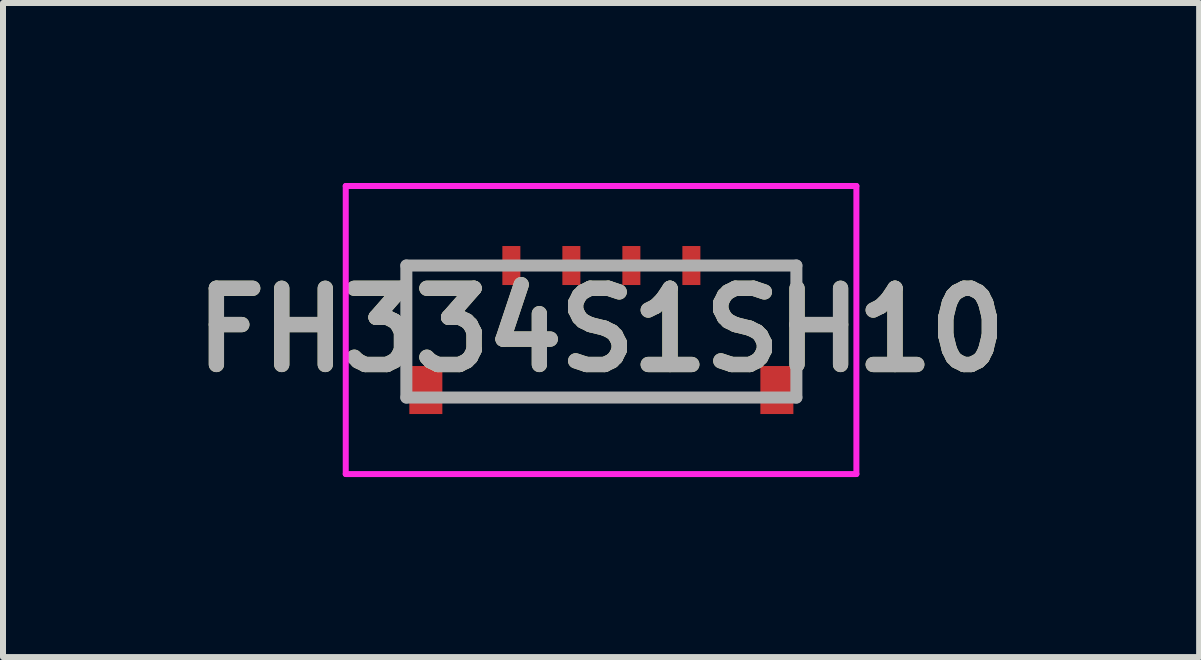
<source format=kicad_pcb>
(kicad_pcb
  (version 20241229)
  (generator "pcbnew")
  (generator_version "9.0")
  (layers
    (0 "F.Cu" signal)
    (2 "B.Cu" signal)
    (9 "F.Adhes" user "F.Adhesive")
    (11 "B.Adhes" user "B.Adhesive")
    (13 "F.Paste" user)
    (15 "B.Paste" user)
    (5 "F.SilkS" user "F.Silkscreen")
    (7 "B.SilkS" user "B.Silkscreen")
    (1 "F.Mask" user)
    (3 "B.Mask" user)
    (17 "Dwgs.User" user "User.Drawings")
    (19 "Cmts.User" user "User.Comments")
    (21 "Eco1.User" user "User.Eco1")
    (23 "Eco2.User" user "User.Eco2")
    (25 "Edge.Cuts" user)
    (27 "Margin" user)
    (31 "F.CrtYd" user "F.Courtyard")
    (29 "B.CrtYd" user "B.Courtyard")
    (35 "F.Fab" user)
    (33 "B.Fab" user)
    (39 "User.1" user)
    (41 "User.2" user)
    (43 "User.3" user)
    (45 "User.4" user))
  (footprint "FH334S1SH10"
    (layer "F.Cu")
    (at 6.967 2.485)
    (property "Reference" "FH334S1SH10" (at 0 -0.035 0) (layer "F.SilkS") (effects (font (size 1.27 1.27) (thickness 0.254))))
    (attr smd)
    (fp_line (start -3.255 -1.11) (end -3.255 0.27) (stroke (width 0.1) (type solid)) (layer "F.SilkS"))
    (fp_line (start -2.475 1.11) (end 2.445 1.09) (stroke (width 0.1) (type solid)) (layer "F.SilkS"))
    (fp_line (start -1.815 -1.11) (end -3.255 -1.11) (stroke (width 0.1) (type solid)) (layer "F.SilkS"))
    (fp_line (start 3.255 -1.11) (end 1.845 -1.11) (stroke (width 0.1) (type solid)) (layer "F.SilkS"))
    (fp_line (start 3.255 0.33) (end 3.255 -1.11) (stroke (width 0.1) (type solid)) (layer "F.SilkS"))
    (fp_line (start -4.255 -2.435) (end 4.255 -2.435) (stroke (width 0.1) (type solid)) (layer "F.CrtYd"))
    (fp_line (start -4.255 2.365) (end -4.255 -2.435) (stroke (width 0.1) (type solid)) (layer "F.CrtYd"))
    (fp_line (start 4.255 -2.435) (end 4.255 2.365) (stroke (width 0.1) (type solid)) (layer "F.CrtYd"))
    (fp_line (start 4.255 2.365) (end -4.255 2.365) (stroke (width 0.1) (type solid)) (layer "F.CrtYd"))
    (fp_line (start -3.245 -1.11) (end 3.255 -1.11) (stroke (width 0.2) (type solid)) (layer "F.Fab"))
    (fp_line (start -3.245 1.09) (end -3.245 -1.11) (stroke (width 0.2) (type solid)) (layer "F.Fab"))
    (fp_line (start 3.255 -1.11) (end 3.255 1.09) (stroke (width 0.2) (type solid)) (layer "F.Fab"))
    (fp_line (start 3.255 1.09) (end -3.245 1.09) (stroke (width 0.2) (type solid)) (layer "F.Fab"))
    (fp_text user "${REFERENCE}" (at 0 -0.035 0) (layer "F.Fab") (effects (font (size 1.27 1.27) (thickness 0.254))))
    (pad "1" smd rect (at -1.495 -1.11) (size 0.3 0.65) (layers "F.Cu" "F.Mask" "F.Paste"))
    (pad "2" smd rect (at -0.495 -1.11) (size 0.3 0.65) (layers "F.Cu" "F.Mask" "F.Paste"))
    (pad "3" smd rect (at 0.505 -1.11) (size 0.3 0.65) (layers "F.Cu" "F.Mask" "F.Paste"))
    (pad "4" smd rect (at 1.505 -1.11) (size 0.3 0.65) (layers "F.Cu" "F.Mask" "F.Paste"))
    (pad "MP1" smd rect (at -2.92 0.965) (size 0.55 0.8) (layers "F.Cu" "F.Mask" "F.Paste"))
    (pad "MP2" smd rect (at 2.93 0.965) (size 0.55 0.8) (layers "F.Cu" "F.Mask" "F.Paste")))
  (gr_rect
    (start -3 -3)
    (end 16.934 7.9)
    (stroke (width 0.1) (type default))
    (fill no)
    (layer "Edge.Cuts")))
</source>
